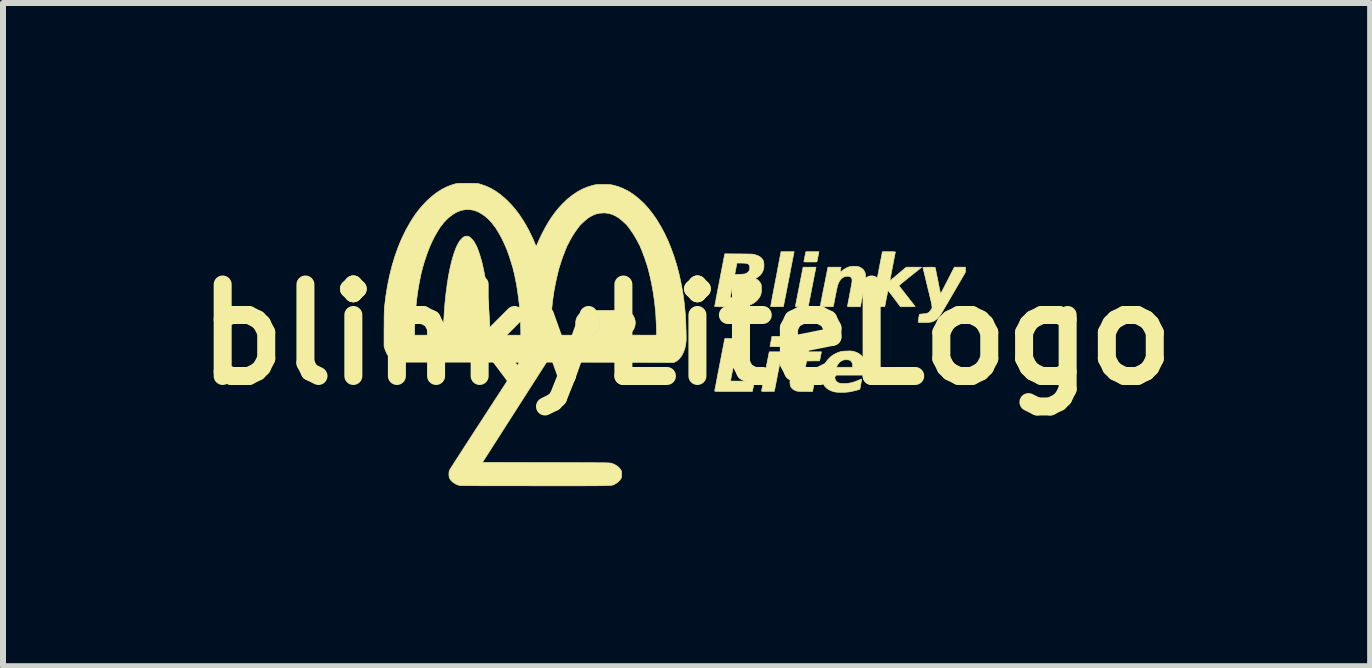
<source format=kicad_pcb>
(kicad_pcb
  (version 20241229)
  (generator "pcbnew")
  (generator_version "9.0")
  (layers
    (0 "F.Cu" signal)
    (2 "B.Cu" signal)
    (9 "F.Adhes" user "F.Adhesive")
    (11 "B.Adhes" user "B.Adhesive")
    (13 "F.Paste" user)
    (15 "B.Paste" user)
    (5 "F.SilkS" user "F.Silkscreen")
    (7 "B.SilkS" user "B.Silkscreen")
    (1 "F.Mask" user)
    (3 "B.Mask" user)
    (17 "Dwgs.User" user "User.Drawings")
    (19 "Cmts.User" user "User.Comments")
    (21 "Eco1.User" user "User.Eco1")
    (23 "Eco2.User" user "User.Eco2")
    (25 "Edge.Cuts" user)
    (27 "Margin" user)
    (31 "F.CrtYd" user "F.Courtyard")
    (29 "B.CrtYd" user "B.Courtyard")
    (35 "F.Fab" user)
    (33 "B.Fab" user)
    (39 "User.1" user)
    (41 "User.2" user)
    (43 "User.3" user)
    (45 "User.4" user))
  (footprint "blinkyLiteLogo"
    (layer "F.Cu")
    (at 8.389 2.525)
    (property "Reference" "blinkyLiteLogo" (at 0 0 0) (layer "F.SilkS") (effects (font (size 1.524 1.524) (thickness 0.3))))
    (attr through_hole)
    (fp_poly (pts (xy 1.627 0.105) (xy 1.622 0.132) (xy 1.617 0.156) (xy 1.613 0.175) (xy 1.611 0.188) (xy 1.61 0.19) (xy 1.609 0.194) (xy 1.607 0.197) (xy 1.602 0.199) (xy 1.594 0.2) (xy 1.581 0.201) (xy 1.562 0.201) (xy 1.535 0.202) (xy 1.5 0.202) (xy 1.499 0.202) (xy 1.462 0.201) (xy 1.433 0.201) (xy 1.413 0.2) (xy 1.4 0.199) (xy 1.393 0.197) (xy 1.391 0.195) (xy 1.392 0.188) (xy 1.395 0.173) (xy 1.399 0.152) (xy 1.404 0.127) (xy 1.407 0.11) (xy 1.423 0.03) (xy 1.641 0.03) (xy 1.627 0.105)) (stroke (width 0.01) (type solid)) (fill yes) (layer "F.SilkS"))
    (fp_poly (pts (xy 2.192 -1.307) (xy 2.186 -1.28) (xy 2.182 -1.255) (xy 2.178 -1.236) (xy 2.175 -1.224) (xy 2.175 -1.221) (xy 2.174 -1.217) (xy 2.171 -1.214) (xy 2.167 -1.212) (xy 2.159 -1.211) (xy 2.146 -1.21) (xy 2.126 -1.21) (xy 2.1 -1.21) (xy 2.064 -1.21) (xy 2.064 -1.21) (xy 2.026 -1.21) (xy 1.998 -1.21) (xy 1.977 -1.211) (xy 1.964 -1.212) (xy 1.957 -1.214) (xy 1.955 -1.216) (xy 1.956 -1.223) (xy 1.959 -1.238) (xy 1.963 -1.259) (xy 1.968 -1.284) (xy 1.971 -1.301) (xy 1.988 -1.381) (xy 2.206 -1.381) (xy 2.192 -1.307)) (stroke (width 0.01) (type solid)) (fill yes) (layer "F.SilkS"))
    (fp_poly (pts (xy 1.589 0.304) (xy 1.587 0.311) (xy 1.584 0.328) (xy 1.579 0.353) (xy 1.573 0.385) (xy 1.565 0.423) (xy 1.557 0.467) (xy 1.547 0.516) (xy 1.537 0.568) (xy 1.526 0.622) (xy 1.524 0.632) (xy 1.463 0.945) (xy 1.357 0.946) (xy 1.32 0.947) (xy 1.292 0.947) (xy 1.272 0.946) (xy 1.259 0.945) (xy 1.252 0.943) (xy 1.25 0.941) (xy 1.25 0.941) (xy 1.251 0.935) (xy 1.253 0.92) (xy 1.258 0.897) (xy 1.264 0.867) (xy 1.271 0.83) (xy 1.279 0.787) (xy 1.289 0.739) (xy 1.299 0.688) (xy 1.31 0.633) (xy 1.314 0.611) (xy 1.378 0.287) (xy 1.592 0.287) (xy 1.589 0.304)) (stroke (width 0.01) (type solid)) (fill yes) (layer "F.SilkS"))
    (fp_poly (pts (xy 2.153 -1.107) (xy 2.152 -1.1) (xy 2.149 -1.083) (xy 2.144 -1.058) (xy 2.137 -1.026) (xy 2.13 -0.988) (xy 2.121 -0.944) (xy 2.112 -0.896) (xy 2.102 -0.844) (xy 2.091 -0.789) (xy 2.089 -0.779) (xy 2.028 -0.466) (xy 1.921 -0.465) (xy 1.884 -0.464) (xy 1.856 -0.465) (xy 1.836 -0.465) (xy 1.823 -0.466) (xy 1.816 -0.468) (xy 1.814 -0.47) (xy 1.814 -0.47) (xy 1.815 -0.476) (xy 1.818 -0.491) (xy 1.822 -0.514) (xy 1.828 -0.544) (xy 1.835 -0.582) (xy 1.844 -0.624) (xy 1.853 -0.672) (xy 1.863 -0.724) (xy 1.874 -0.778) (xy 1.878 -0.8) (xy 1.942 -1.124) (xy 2.157 -1.124) (xy 2.153 -1.107)) (stroke (width 0.01) (type solid)) (fill yes) (layer "F.SilkS"))
    (fp_poly (pts (xy 1.788 -1.357) (xy 1.786 -1.348) (xy 1.783 -1.331) (xy 1.778 -1.305) (xy 1.771 -1.271) (xy 1.763 -1.231) (xy 1.754 -1.184) (xy 1.744 -1.132) (xy 1.733 -1.076) (xy 1.722 -1.016) (xy 1.709 -0.952) (xy 1.699 -0.9) (xy 1.614 -0.466) (xy 1.508 -0.465) (xy 1.471 -0.464) (xy 1.443 -0.465) (xy 1.423 -0.465) (xy 1.41 -0.466) (xy 1.403 -0.468) (xy 1.401 -0.47) (xy 1.402 -0.476) (xy 1.405 -0.491) (xy 1.409 -0.514) (xy 1.415 -0.545) (xy 1.422 -0.584) (xy 1.43 -0.628) (xy 1.44 -0.679) (xy 1.45 -0.734) (xy 1.462 -0.793) (xy 1.474 -0.857) (xy 1.486 -0.922) (xy 1.488 -0.929) (xy 1.574 -1.381) (xy 1.793 -1.381) (xy 1.788 -1.357)) (stroke (width 0.01) (type solid)) (fill yes) (layer "F.SilkS"))
    (fp_poly (pts (xy 0.861 0.115) (xy 0.858 0.128) (xy 0.854 0.151) (xy 0.848 0.182) (xy 0.84 0.219) (xy 0.832 0.262) (xy 0.823 0.31) (xy 0.813 0.361) (xy 0.802 0.415) (xy 0.792 0.469) (xy 0.732 0.774) (xy 0.931 0.775) (xy 0.974 0.775) (xy 1.015 0.776) (xy 1.05 0.776) (xy 1.081 0.777) (xy 1.105 0.778) (xy 1.121 0.778) (xy 1.128 0.779) (xy 1.129 0.779) (xy 1.128 0.785) (xy 1.125 0.799) (xy 1.122 0.82) (xy 1.117 0.845) (xy 1.113 0.865) (xy 1.097 0.947) (xy 0.783 0.947) (xy 0.716 0.947) (xy 0.659 0.947) (xy 0.611 0.947) (xy 0.571 0.947) (xy 0.539 0.946) (xy 0.513 0.946) (xy 0.494 0.945) (xy 0.481 0.944) (xy 0.473 0.943) (xy 0.469 0.942) (xy 0.469 0.941) (xy 0.47 0.935) (xy 0.472 0.92) (xy 0.477 0.897) (xy 0.482 0.866) (xy 0.49 0.828) (xy 0.498 0.783) (xy 0.508 0.733) (xy 0.518 0.678) (xy 0.53 0.619) (xy 0.542 0.557) (xy 0.553 0.5) (xy 0.637 0.066) (xy 0.87 0.066) (xy 0.861 0.115)) (stroke (width 0.01) (type solid)) (fill yes) (layer "F.SilkS"))
    (fp_poly (pts (xy 4.647 -1.04) (xy 4.45 -0.7) (xy 4.418 -0.646) (xy 4.387 -0.593) (xy 4.358 -0.543) (xy 4.331 -0.497) (xy 4.306 -0.455) (xy 4.284 -0.417) (xy 4.265 -0.385) (xy 4.25 -0.36) (xy 4.239 -0.342) (xy 4.232 -0.331) (xy 4.232 -0.33) (xy 4.21 -0.301) (xy 4.184 -0.273) (xy 4.158 -0.249) (xy 4.133 -0.232) (xy 4.122 -0.226) (xy 4.103 -0.217) (xy 4.083 -0.211) (xy 4.062 -0.207) (xy 4.036 -0.204) (xy 4.005 -0.202) (xy 3.966 -0.202) (xy 3.951 -0.202) (xy 3.919 -0.202) (xy 3.895 -0.202) (xy 3.879 -0.202) (xy 3.869 -0.204) (xy 3.863 -0.205) (xy 3.861 -0.208) (xy 3.86 -0.211) (xy 3.86 -0.212) (xy 3.861 -0.221) (xy 3.863 -0.237) (xy 3.866 -0.258) (xy 3.869 -0.28) (xy 3.873 -0.302) (xy 3.876 -0.32) (xy 3.878 -0.331) (xy 3.88 -0.335) (xy 3.884 -0.338) (xy 3.892 -0.341) (xy 3.906 -0.342) (xy 3.928 -0.344) (xy 3.937 -0.345) (xy 3.974 -0.348) (xy 4.003 -0.354) (xy 4.025 -0.363) (xy 4.043 -0.376) (xy 4.059 -0.394) (xy 4.066 -0.403) (xy 4.072 -0.412) (xy 4.078 -0.42) (xy 4.083 -0.427) (xy 4.086 -0.435) (xy 4.089 -0.443) (xy 4.09 -0.453) (xy 4.09 -0.466) (xy 4.088 -0.482) (xy 4.085 -0.501) (xy 4.08 -0.526) (xy 4.074 -0.556) (xy 4.065 -0.592) (xy 4.055 -0.635) (xy 4.043 -0.686) (xy 4.028 -0.746) (xy 4.017 -0.791) (xy 3.938 -1.121) (xy 4.039 -1.123) (xy 4.072 -1.123) (xy 4.1 -1.123) (xy 4.122 -1.122) (xy 4.137 -1.121) (xy 4.142 -1.119) (xy 4.144 -1.114) (xy 4.147 -1.099) (xy 4.152 -1.076) (xy 4.158 -1.047) (xy 4.165 -1.012) (xy 4.173 -0.972) (xy 4.182 -0.929) (xy 4.188 -0.898) (xy 4.197 -0.852) (xy 4.205 -0.81) (xy 4.213 -0.772) (xy 4.22 -0.74) (xy 4.225 -0.713) (xy 4.229 -0.694) (xy 4.232 -0.683) (xy 4.233 -0.68) (xy 4.236 -0.685) (xy 4.243 -0.697) (xy 4.253 -0.717) (xy 4.267 -0.743) (xy 4.284 -0.775) (xy 4.302 -0.812) (xy 4.323 -0.852) (xy 4.345 -0.895) (xy 4.349 -0.902) (xy 4.462 -1.124) (xy 4.647 -1.124) (xy 4.647 -1.04)) (stroke (width 0.01) (type solid)) (fill yes) (layer "F.SilkS"))
    (fp_poly (pts (xy 1.99 0.096) (xy 2.018 0.096) (xy 2.041 0.097) (xy 2.057 0.098) (xy 2.066 0.099) (xy 2.066 0.1) (xy 2.065 0.105) (xy 2.063 0.12) (xy 2.059 0.14) (xy 2.054 0.166) (xy 2.049 0.194) (xy 2.043 0.223) (xy 2.038 0.248) (xy 2.034 0.268) (xy 2.032 0.281) (xy 2.031 0.286) (xy 2.036 0.286) (xy 2.049 0.287) (xy 2.07 0.287) (xy 2.096 0.287) (xy 2.127 0.287) (xy 2.139 0.287) (xy 2.248 0.287) (xy 2.245 0.299) (xy 2.243 0.308) (xy 2.24 0.324) (xy 2.236 0.344) (xy 2.231 0.366) (xy 2.227 0.389) (xy 2.223 0.409) (xy 2.219 0.426) (xy 2.218 0.435) (xy 2.217 0.437) (xy 2.213 0.437) (xy 2.199 0.438) (xy 2.179 0.438) (xy 2.152 0.438) (xy 2.122 0.438) (xy 2.109 0.438) (xy 2.077 0.439) (xy 2.049 0.439) (xy 2.026 0.439) (xy 2.01 0.439) (xy 2.001 0.44) (xy 2.001 0.44) (xy 2 0.445) (xy 1.997 0.459) (xy 1.993 0.48) (xy 1.988 0.507) (xy 1.981 0.54) (xy 1.974 0.576) (xy 1.971 0.593) (xy 1.964 0.631) (xy 1.957 0.667) (xy 1.952 0.699) (xy 1.948 0.725) (xy 1.945 0.744) (xy 1.944 0.756) (xy 1.944 0.758) (xy 1.949 0.771) (xy 1.955 0.779) (xy 1.968 0.785) (xy 1.989 0.79) (xy 2.017 0.794) (xy 2.053 0.796) (xy 2.079 0.796) (xy 2.13 0.796) (xy 2.1 0.947) (xy 1.979 0.947) (xy 1.939 0.947) (xy 1.907 0.947) (xy 1.883 0.946) (xy 1.864 0.945) (xy 1.85 0.943) (xy 1.838 0.941) (xy 1.829 0.938) (xy 1.795 0.924) (xy 1.769 0.907) (xy 1.752 0.89) (xy 1.741 0.874) (xy 1.733 0.857) (xy 1.727 0.838) (xy 1.724 0.816) (xy 1.723 0.791) (xy 1.725 0.76) (xy 1.73 0.723) (xy 1.736 0.678) (xy 1.746 0.626) (xy 1.753 0.588) (xy 1.782 0.438) (xy 1.73 0.438) (xy 1.709 0.438) (xy 1.692 0.437) (xy 1.681 0.436) (xy 1.679 0.435) (xy 1.68 0.429) (xy 1.682 0.415) (xy 1.686 0.394) (xy 1.691 0.37) (xy 1.692 0.36) (xy 1.706 0.29) (xy 1.759 0.288) (xy 1.813 0.287) (xy 1.829 0.198) (xy 1.835 0.169) (xy 1.84 0.143) (xy 1.844 0.122) (xy 1.847 0.108) (xy 1.848 0.102) (xy 1.852 0.1) (xy 1.861 0.098) (xy 1.876 0.097) (xy 1.899 0.096) (xy 1.93 0.096) (xy 1.958 0.096) (xy 1.99 0.096)) (stroke (width 0.01) (type solid)) (fill yes) (layer "F.SilkS"))
    (fp_poly (pts (xy 3.408 -1.381) (xy 3.435 -1.381) (xy 3.454 -1.38) (xy 3.467 -1.379) (xy 3.475 -1.378) (xy 3.479 -1.376) (xy 3.48 -1.374) (xy 3.479 -1.372) (xy 3.477 -1.362) (xy 3.473 -1.343) (xy 3.468 -1.318) (xy 3.462 -1.287) (xy 3.455 -1.251) (xy 3.448 -1.213) (xy 3.44 -1.172) (xy 3.432 -1.13) (xy 3.424 -1.088) (xy 3.416 -1.047) (xy 3.409 -1.009) (xy 3.403 -0.975) (xy 3.397 -0.946) (xy 3.393 -0.922) (xy 3.39 -0.906) (xy 3.389 -0.899) (xy 3.389 -0.898) (xy 3.393 -0.901) (xy 3.404 -0.909) (xy 3.421 -0.923) (xy 3.443 -0.941) (xy 3.469 -0.962) (xy 3.498 -0.987) (xy 3.526 -1.01) (xy 3.661 -1.124) (xy 3.789 -1.124) (xy 3.823 -1.124) (xy 3.854 -1.124) (xy 3.88 -1.123) (xy 3.9 -1.123) (xy 3.912 -1.122) (xy 3.916 -1.122) (xy 3.912 -1.118) (xy 3.901 -1.109) (xy 3.884 -1.095) (xy 3.861 -1.077) (xy 3.833 -1.054) (xy 3.801 -1.029) (xy 3.766 -1.001) (xy 3.728 -0.971) (xy 3.727 -0.97) (xy 3.689 -0.94) (xy 3.654 -0.911) (xy 3.622 -0.886) (xy 3.594 -0.863) (xy 3.571 -0.844) (xy 3.554 -0.829) (xy 3.543 -0.82) (xy 3.539 -0.816) (xy 3.539 -0.816) (xy 3.542 -0.811) (xy 3.551 -0.799) (xy 3.565 -0.781) (xy 3.583 -0.758) (xy 3.605 -0.73) (xy 3.63 -0.698) (xy 3.657 -0.664) (xy 3.674 -0.642) (xy 3.702 -0.606) (xy 3.728 -0.572) (xy 3.752 -0.542) (xy 3.773 -0.516) (xy 3.789 -0.494) (xy 3.801 -0.479) (xy 3.808 -0.47) (xy 3.809 -0.468) (xy 3.805 -0.467) (xy 3.792 -0.466) (xy 3.771 -0.465) (xy 3.745 -0.464) (xy 3.713 -0.464) (xy 3.688 -0.464) (xy 3.564 -0.464) (xy 3.462 -0.6) (xy 3.438 -0.632) (xy 3.416 -0.661) (xy 3.396 -0.687) (xy 3.379 -0.708) (xy 3.367 -0.723) (xy 3.359 -0.731) (xy 3.357 -0.733) (xy 3.355 -0.727) (xy 3.352 -0.713) (xy 3.347 -0.692) (xy 3.342 -0.665) (xy 3.335 -0.633) (xy 3.328 -0.598) (xy 3.303 -0.466) (xy 3.196 -0.465) (xy 3.159 -0.464) (xy 3.131 -0.465) (xy 3.111 -0.465) (xy 3.098 -0.466) (xy 3.091 -0.468) (xy 3.089 -0.47) (xy 3.09 -0.476) (xy 3.093 -0.491) (xy 3.097 -0.514) (xy 3.103 -0.545) (xy 3.11 -0.584) (xy 3.119 -0.628) (xy 3.128 -0.679) (xy 3.139 -0.734) (xy 3.15 -0.793) (xy 3.162 -0.857) (xy 3.175 -0.922) (xy 3.176 -0.929) (xy 3.263 -1.381) (xy 3.372 -1.381) (xy 3.408 -1.381)) (stroke (width 0.01) (type solid)) (fill yes) (layer "F.SilkS"))
    (fp_poly (pts (xy 2.729 0.273) (xy 2.749 0.274) (xy 2.766 0.276) (xy 2.783 0.28) (xy 2.834 0.296) (xy 2.878 0.32) (xy 2.915 0.351) (xy 2.945 0.387) (xy 2.967 0.429) (xy 2.973 0.447) (xy 2.98 0.477) (xy 2.983 0.514) (xy 2.983 0.555) (xy 2.98 0.596) (xy 2.975 0.631) (xy 2.966 0.675) (xy 2.468 0.675) (xy 2.47 0.71) (xy 2.475 0.742) (xy 2.487 0.767) (xy 2.507 0.788) (xy 2.526 0.8) (xy 2.539 0.806) (xy 2.551 0.81) (xy 2.566 0.813) (xy 2.585 0.814) (xy 2.611 0.815) (xy 2.611 0.815) (xy 2.674 0.814) (xy 2.737 0.804) (xy 2.801 0.786) (xy 2.869 0.759) (xy 2.874 0.757) (xy 2.892 0.749) (xy 2.906 0.744) (xy 2.915 0.742) (xy 2.916 0.742) (xy 2.916 0.748) (xy 2.914 0.761) (xy 2.912 0.78) (xy 2.908 0.803) (xy 2.903 0.828) (xy 2.899 0.853) (xy 2.895 0.876) (xy 2.891 0.894) (xy 2.888 0.906) (xy 2.886 0.91) (xy 2.88 0.913) (xy 2.865 0.918) (xy 2.844 0.924) (xy 2.82 0.93) (xy 2.793 0.937) (xy 2.766 0.943) (xy 2.741 0.949) (xy 2.72 0.953) (xy 2.71 0.955) (xy 2.679 0.958) (xy 2.643 0.961) (xy 2.604 0.962) (xy 2.565 0.962) (xy 2.528 0.961) (xy 2.496 0.959) (xy 2.471 0.955) (xy 2.469 0.955) (xy 2.415 0.939) (xy 2.368 0.917) (xy 2.329 0.888) (xy 2.298 0.854) (xy 2.274 0.812) (xy 2.26 0.773) (xy 2.255 0.744) (xy 2.253 0.709) (xy 2.253 0.671) (xy 2.256 0.634) (xy 2.261 0.601) (xy 2.263 0.592) (xy 2.279 0.544) (xy 2.499 0.544) (xy 2.767 0.544) (xy 2.767 0.513) (xy 2.763 0.482) (xy 2.752 0.457) (xy 2.733 0.437) (xy 2.728 0.433) (xy 2.716 0.427) (xy 2.703 0.422) (xy 2.686 0.42) (xy 2.668 0.419) (xy 2.645 0.419) (xy 2.629 0.42) (xy 2.615 0.423) (xy 2.599 0.43) (xy 2.597 0.431) (xy 2.578 0.441) (xy 2.56 0.452) (xy 2.551 0.46) (xy 2.537 0.476) (xy 2.522 0.496) (xy 2.51 0.516) (xy 2.503 0.532) (xy 2.502 0.533) (xy 2.499 0.544) (xy 2.279 0.544) (xy 2.283 0.53) (xy 2.312 0.474) (xy 2.35 0.422) (xy 2.389 0.381) (xy 2.414 0.359) (xy 2.437 0.342) (xy 2.463 0.327) (xy 2.481 0.318) (xy 2.513 0.303) (xy 2.541 0.292) (xy 2.567 0.284) (xy 2.594 0.279) (xy 2.625 0.276) (xy 2.663 0.274) (xy 2.67 0.274) (xy 2.703 0.273) (xy 2.729 0.273)) (stroke (width 0.01) (type solid)) (fill yes) (layer "F.SilkS"))
    (fp_poly (pts (xy 2.792 -1.138) (xy 2.803 -1.138) (xy 2.831 -1.137) (xy 2.85 -1.135) (xy 2.866 -1.132) (xy 2.88 -1.127) (xy 2.888 -1.123) (xy 2.922 -1.104) (xy 2.947 -1.08) (xy 2.967 -1.05) (xy 2.967 -1.049) (xy 2.973 -1.034) (xy 2.978 -1.021) (xy 2.98 -1.004) (xy 2.982 -0.983) (xy 2.983 -0.966) (xy 2.983 -0.953) (xy 2.983 -0.94) (xy 2.983 -0.928) (xy 2.981 -0.914) (xy 2.979 -0.897) (xy 2.976 -0.878) (xy 2.972 -0.853) (xy 2.967 -0.824) (xy 2.96 -0.787) (xy 2.951 -0.743) (xy 2.941 -0.69) (xy 2.94 -0.688) (xy 2.896 -0.464) (xy 2.788 -0.464) (xy 2.751 -0.464) (xy 2.723 -0.464) (xy 2.703 -0.465) (xy 2.69 -0.466) (xy 2.683 -0.468) (xy 2.681 -0.47) (xy 2.681 -0.47) (xy 2.682 -0.476) (xy 2.685 -0.491) (xy 2.689 -0.514) (xy 2.694 -0.543) (xy 2.701 -0.578) (xy 2.709 -0.617) (xy 2.717 -0.66) (xy 2.719 -0.673) (xy 2.728 -0.717) (xy 2.736 -0.76) (xy 2.743 -0.798) (xy 2.749 -0.833) (xy 2.754 -0.861) (xy 2.757 -0.883) (xy 2.758 -0.896) (xy 2.758 -0.897) (xy 2.756 -0.926) (xy 2.746 -0.948) (xy 2.728 -0.963) (xy 2.703 -0.971) (xy 2.68 -0.973) (xy 2.643 -0.968) (xy 2.609 -0.954) (xy 2.579 -0.93) (xy 2.553 -0.898) (xy 2.541 -0.878) (xy 2.535 -0.865) (xy 2.529 -0.852) (xy 2.524 -0.839) (xy 2.519 -0.823) (xy 2.513 -0.803) (xy 2.508 -0.779) (xy 2.501 -0.75) (xy 2.494 -0.713) (xy 2.485 -0.669) (xy 2.48 -0.643) (xy 2.472 -0.604) (xy 2.465 -0.568) (xy 2.459 -0.536) (xy 2.454 -0.509) (xy 2.45 -0.489) (xy 2.447 -0.477) (xy 2.447 -0.475) (xy 2.446 -0.471) (xy 2.443 -0.468) (xy 2.439 -0.466) (xy 2.431 -0.465) (xy 2.418 -0.464) (xy 2.399 -0.464) (xy 2.372 -0.464) (xy 2.337 -0.464) (xy 2.336 -0.464) (xy 2.298 -0.464) (xy 2.27 -0.464) (xy 2.249 -0.465) (xy 2.236 -0.466) (xy 2.229 -0.468) (xy 2.227 -0.47) (xy 2.228 -0.476) (xy 2.231 -0.491) (xy 2.236 -0.514) (xy 2.241 -0.545) (xy 2.249 -0.582) (xy 2.257 -0.624) (xy 2.266 -0.672) (xy 2.276 -0.724) (xy 2.287 -0.778) (xy 2.292 -0.8) (xy 2.356 -1.124) (xy 2.574 -1.124) (xy 2.565 -1.081) (xy 2.562 -1.062) (xy 2.559 -1.047) (xy 2.558 -1.039) (xy 2.559 -1.038) (xy 2.563 -1.041) (xy 2.573 -1.049) (xy 2.585 -1.059) (xy 2.621 -1.086) (xy 2.662 -1.11) (xy 2.704 -1.127) (xy 2.71 -1.129) (xy 2.729 -1.134) (xy 2.747 -1.137) (xy 2.767 -1.139) (xy 2.792 -1.138)) (stroke (width 0.01) (type solid)) (fill yes) (layer "F.SilkS"))
    (fp_poly (pts (xy 0.872 -1.344) (xy 0.927 -1.344) (xy 0.973 -1.343) (xy 1.01 -1.343) (xy 1.041 -1.342) (xy 1.065 -1.342) (xy 1.085 -1.341) (xy 1.1 -1.34) (xy 1.113 -1.338) (xy 1.123 -1.337) (xy 1.132 -1.335) (xy 1.141 -1.332) (xy 1.143 -1.331) (xy 1.187 -1.316) (xy 1.221 -1.298) (xy 1.248 -1.276) (xy 1.269 -1.25) (xy 1.276 -1.238) (xy 1.284 -1.217) (xy 1.288 -1.188) (xy 1.29 -1.156) (xy 1.289 -1.124) (xy 1.284 -1.094) (xy 1.28 -1.079) (xy 1.26 -1.034) (xy 1.233 -0.996) (xy 1.199 -0.965) (xy 1.167 -0.946) (xy 1.143 -0.934) (xy 1.16 -0.927) (xy 1.181 -0.915) (xy 1.202 -0.896) (xy 1.221 -0.874) (xy 1.234 -0.854) (xy 1.24 -0.841) (xy 1.244 -0.827) (xy 1.247 -0.811) (xy 1.248 -0.788) (xy 1.249 -0.776) (xy 1.248 -0.726) (xy 1.242 -0.683) (xy 1.229 -0.645) (xy 1.209 -0.61) (xy 1.181 -0.576) (xy 1.172 -0.566) (xy 1.133 -0.533) (xy 1.087 -0.506) (xy 1.033 -0.485) (xy 1.008 -0.478) (xy 0.998 -0.475) (xy 0.988 -0.473) (xy 0.977 -0.472) (xy 0.965 -0.47) (xy 0.95 -0.469) (xy 0.931 -0.468) (xy 0.908 -0.467) (xy 0.879 -0.467) (xy 0.844 -0.466) (xy 0.801 -0.466) (xy 0.749 -0.465) (xy 0.717 -0.465) (xy 0.659 -0.465) (xy 0.61 -0.464) (xy 0.57 -0.464) (xy 0.538 -0.464) (xy 0.513 -0.465) (xy 0.494 -0.465) (xy 0.481 -0.466) (xy 0.473 -0.467) (xy 0.469 -0.469) (xy 0.469 -0.47) (xy 0.47 -0.475) (xy 0.472 -0.49) (xy 0.477 -0.514) (xy 0.482 -0.545) (xy 0.49 -0.583) (xy 0.495 -0.613) (xy 0.727 -0.613) (xy 0.816 -0.616) (xy 0.856 -0.618) (xy 0.886 -0.62) (xy 0.909 -0.623) (xy 0.925 -0.626) (xy 0.927 -0.627) (xy 0.961 -0.643) (xy 0.986 -0.663) (xy 1.004 -0.688) (xy 1.014 -0.72) (xy 1.017 -0.749) (xy 1.018 -0.771) (xy 1.017 -0.786) (xy 1.014 -0.797) (xy 1.009 -0.807) (xy 1.008 -0.808) (xy 0.997 -0.822) (xy 0.982 -0.832) (xy 0.961 -0.84) (xy 0.934 -0.846) (xy 0.899 -0.85) (xy 0.856 -0.851) (xy 0.833 -0.852) (xy 0.805 -0.851) (xy 0.786 -0.85) (xy 0.775 -0.849) (xy 0.771 -0.846) (xy 0.771 -0.845) (xy 0.77 -0.839) (xy 0.767 -0.824) (xy 0.763 -0.802) (xy 0.758 -0.775) (xy 0.752 -0.743) (xy 0.749 -0.726) (xy 0.727 -0.613) (xy 0.495 -0.613) (xy 0.498 -0.628) (xy 0.508 -0.678) (xy 0.518 -0.733) (xy 0.53 -0.792) (xy 0.542 -0.854) (xy 0.553 -0.911) (xy 0.57 -1.001) (xy 0.803 -1.001) (xy 0.884 -1.004) (xy 0.92 -1.006) (xy 0.947 -1.008) (xy 0.967 -1.01) (xy 0.981 -1.014) (xy 0.985 -1.015) (xy 1.008 -1.028) (xy 1.029 -1.046) (xy 1.044 -1.066) (xy 1.046 -1.072) (xy 1.05 -1.086) (xy 1.053 -1.105) (xy 1.053 -1.118) (xy 1.052 -1.137) (xy 1.049 -1.15) (xy 1.042 -1.161) (xy 1.041 -1.163) (xy 1.031 -1.173) (xy 1.019 -1.181) (xy 1.003 -1.186) (xy 0.983 -1.189) (xy 0.955 -1.191) (xy 0.92 -1.191) (xy 0.915 -1.192) (xy 0.84 -1.192) (xy 0.821 -1.097) (xy 0.803 -1.001) (xy 0.57 -1.001) (xy 0.637 -1.346) (xy 0.872 -1.344)) (stroke (width 0.01) (type solid)) (fill yes) (layer "F.SilkS"))
    (fp_poly (pts (xy -3.608 -2.52) (xy -3.571 -2.52) (xy -3.541 -2.519) (xy -3.518 -2.519) (xy -3.499 -2.518) (xy -3.484 -2.517) (xy -3.472 -2.515) (xy -3.46 -2.513) (xy -3.448 -2.51) (xy -3.439 -2.507) (xy -3.352 -2.478) (xy -3.267 -2.44) (xy -3.184 -2.392) (xy -3.102 -2.334) (xy -3.022 -2.266) (xy -2.992 -2.238) (xy -2.919 -2.163) (xy -2.851 -2.084) (xy -2.787 -2) (xy -2.726 -1.908) (xy -2.671 -1.817) (xy -2.653 -1.784) (xy -2.632 -1.745) (xy -2.611 -1.702) (xy -2.588 -1.656) (xy -2.567 -1.612) (xy -2.548 -1.57) (xy -2.533 -1.534) (xy -2.53 -1.526) (xy -2.521 -1.504) (xy -2.513 -1.487) (xy -2.508 -1.476) (xy -2.505 -1.472) (xy -2.502 -1.476) (xy -2.496 -1.488) (xy -2.488 -1.506) (xy -2.479 -1.528) (xy -2.477 -1.531) (xy -2.467 -1.555) (xy -2.453 -1.586) (xy -2.437 -1.62) (xy -2.421 -1.654) (xy -2.409 -1.678) (xy -2.356 -1.779) (xy -2.303 -1.871) (xy -2.249 -1.955) (xy -2.192 -2.034) (xy -2.132 -2.108) (xy -2.067 -2.178) (xy -2.062 -2.183) (xy -1.983 -2.259) (xy -1.901 -2.324) (xy -1.818 -2.38) (xy -1.732 -2.426) (xy -1.644 -2.462) (xy -1.553 -2.489) (xy -1.544 -2.491) (xy -1.525 -2.495) (xy -1.508 -2.498) (xy -1.489 -2.5) (xy -1.468 -2.501) (xy -1.441 -2.502) (xy -1.407 -2.502) (xy -1.386 -2.502) (xy -1.348 -2.502) (xy -1.318 -2.501) (xy -1.294 -2.5) (xy -1.274 -2.499) (xy -1.256 -2.496) (xy -1.238 -2.493) (xy -1.228 -2.491) (xy -1.141 -2.467) (xy -1.056 -2.434) (xy -0.976 -2.393) (xy -0.955 -2.381) (xy -0.87 -2.324) (xy -0.788 -2.258) (xy -0.708 -2.183) (xy -0.633 -2.099) (xy -0.56 -2.007) (xy -0.492 -1.907) (xy -0.427 -1.799) (xy -0.366 -1.685) (xy -0.309 -1.564) (xy -0.257 -1.436) (xy -0.209 -1.302) (xy -0.165 -1.163) (xy -0.127 -1.019) (xy -0.094 -0.87) (xy -0.065 -0.716) (xy -0.042 -0.558) (xy -0.025 -0.396) (xy -0.023 -0.368) (xy -0.02 -0.334) (xy -0.018 -0.295) (xy -0.015 -0.251) (xy -0.013 -0.203) (xy -0.011 -0.154) (xy -0.01 -0.105) (xy -0.008 -0.058) (xy -0.007 -0.013) (xy -0.006 0.028) (xy -0.006 0.063) (xy -0.006 0.09) (xy -0.007 0.108) (xy -0.015 0.173) (xy -0.03 0.236) (xy -0.052 0.296) (xy -0.079 0.349) (xy -0.088 0.362) (xy -0.119 0.402) (xy -0.152 0.432) (xy -0.19 0.455) (xy -0.206 0.462) (xy -0.219 0.466) (xy -0.233 0.468) (xy -0.25 0.467) (xy -0.263 0.466) (xy -0.272 0.466) (xy -0.291 0.465) (xy -0.319 0.465) (xy -0.355 0.465) (xy -0.4 0.464) (xy -0.452 0.464) (xy -0.511 0.464) (xy -0.576 0.463) (xy -0.648 0.463) (xy -0.725 0.463) (xy -0.808 0.462) (xy -0.895 0.462) (xy -0.986 0.462) (xy -1.08 0.461) (xy -1.178 0.461) (xy -1.278 0.461) (xy -1.318 0.461) (xy -2.332 0.459) (xy -2.866 1.294) (xy -3.4 2.129) (xy -2.341 2.132) (xy -2.219 2.132) (xy -2.107 2.132) (xy -2.004 2.133) (xy -1.91 2.133) (xy -1.824 2.133) (xy -1.746 2.134) (xy -1.676 2.134) (xy -1.613 2.134) (xy -1.557 2.134) (xy -1.507 2.135) (xy -1.464 2.135) (xy -1.425 2.135) (xy -1.392 2.136) (xy -1.364 2.136) (xy -1.34 2.137) (xy -1.32 2.137) (xy -1.303 2.138) (xy -1.29 2.139) (xy -1.279 2.139) (xy -1.27 2.14) (xy -1.263 2.141) (xy -1.258 2.142) (xy -1.254 2.143) (xy -1.252 2.143) (xy -1.207 2.16) (xy -1.166 2.183) (xy -1.131 2.21) (xy -1.104 2.241) (xy -1.093 2.258) (xy -1.087 2.271) (xy -1.084 2.283) (xy -1.082 2.299) (xy -1.081 2.322) (xy -1.081 2.328) (xy -1.081 2.353) (xy -1.083 2.37) (xy -1.086 2.383) (xy -1.091 2.395) (xy -1.093 2.399) (xy -1.11 2.424) (xy -1.134 2.449) (xy -1.161 2.471) (xy -1.189 2.488) (xy -1.19 2.489) (xy -1.197 2.492) (xy -1.202 2.495) (xy -1.208 2.498) (xy -1.213 2.501) (xy -1.218 2.503) (xy -1.225 2.505) (xy -1.232 2.507) (xy -1.241 2.509) (xy -1.252 2.511) (xy -1.265 2.512) (xy -1.281 2.513) (xy -1.299 2.514) (xy -1.321 2.515) (xy -1.347 2.516) (xy -1.377 2.517) (xy -1.412 2.518) (xy -1.452 2.518) (xy -1.496 2.519) (xy -1.547 2.519) (xy -1.604 2.519) (xy -1.667 2.519) (xy -1.737 2.52) (xy -1.814 2.52) (xy -1.898 2.52) (xy -1.991 2.52) (xy -2.092 2.52) (xy -2.202 2.52) (xy -2.321 2.52) (xy -2.449 2.52) (xy -2.522 2.52) (xy -2.656 2.519) (xy -2.781 2.519) (xy -2.896 2.519) (xy -3.002 2.519) (xy -3.099 2.519) (xy -3.188 2.519) (xy -3.269 2.519) (xy -3.343 2.519) (xy -3.41 2.519) (xy -3.469 2.518) (xy -3.522 2.518) (xy -3.57 2.518) (xy -3.611 2.517) (xy -3.647 2.517) (xy -3.678 2.517) (xy -3.705 2.516) (xy -3.727 2.516) (xy -3.745 2.515) (xy -3.759 2.515) (xy -3.771 2.514) (xy -3.78 2.513) (xy -3.786 2.513) (xy -3.79 2.512) (xy -3.79 2.512) (xy -3.833 2.497) (xy -3.872 2.475) (xy -3.906 2.449) (xy -3.933 2.419) (xy -3.947 2.396) (xy -3.953 2.381) (xy -3.956 2.367) (xy -3.958 2.349) (xy -3.959 2.326) (xy -3.958 2.303) (xy -3.957 2.286) (xy -3.953 2.272) (xy -3.947 2.257) (xy -3.944 2.25) (xy -3.939 2.243) (xy -3.93 2.228) (xy -3.915 2.205) (xy -3.896 2.175) (xy -3.873 2.138) (xy -3.845 2.095) (xy -3.813 2.046) (xy -3.778 1.991) (xy -3.739 1.931) (xy -3.698 1.867) (xy -3.653 1.798) (xy -3.606 1.725) (xy -3.556 1.648) (xy -3.505 1.569) (xy -3.451 1.487) (xy -3.396 1.402) (xy -3.36 1.346) (xy -3.304 1.26) (xy -3.25 1.177) (xy -3.198 1.096) (xy -3.147 1.019) (xy -3.099 0.945) (xy -3.053 0.874) (xy -3.01 0.808) (xy -2.971 0.747) (xy -2.934 0.69) (xy -2.901 0.639) (xy -2.871 0.594) (xy -2.846 0.554) (xy -2.825 0.522) (xy -2.808 0.496) (xy -2.797 0.478) (xy -2.79 0.467) (xy -2.788 0.465) (xy -2.79 0.464) (xy -2.794 0.463) (xy -2.802 0.463) (xy -2.815 0.462) (xy -2.832 0.461) (xy -2.853 0.461) (xy -2.88 0.461) (xy -2.912 0.46) (xy -2.95 0.46) (xy -2.995 0.46) (xy -3.046 0.459) (xy -3.104 0.459) (xy -3.169 0.459) (xy -3.242 0.459) (xy -3.323 0.459) (xy -3.412 0.459) (xy -3.511 0.459) (xy -3.618 0.459) (xy -3.735 0.459) (xy -3.815 0.459) (xy -4.844 0.459) (xy -4.872 0.446) (xy -4.907 0.424) (xy -4.94 0.393) (xy -4.97 0.355) (xy -4.997 0.311) (xy -5.018 0.262) (xy -5.027 0.238) (xy -5.04 0.196) (xy -5.04 0.01) (xy -4.531 0.01) (xy -4.054 0.01) (xy -4.05 -0.105) (xy -4.049 -0.139) (xy -4.048 -0.173) (xy -4.047 -0.202) (xy -4.046 -0.226) (xy -4.045 -0.243) (xy -4.045 -0.247) (xy -4.043 -0.264) (xy -4.042 -0.287) (xy -4.04 -0.314) (xy -4.039 -0.33) (xy -4.038 -0.354) (xy -4.036 -0.384) (xy -4.034 -0.417) (xy -4.031 -0.451) (xy -4.028 -0.485) (xy -4.026 -0.517) (xy -4.023 -0.544) (xy -4.021 -0.566) (xy -4.02 -0.58) (xy -4.019 -0.582) (xy -4.018 -0.595) (xy -4.016 -0.614) (xy -4.014 -0.63) (xy -4.012 -0.655) (xy -4.008 -0.688) (xy -4.003 -0.724) (xy -3.998 -0.763) (xy -3.993 -0.801) (xy -3.989 -0.835) (xy -3.985 -0.863) (xy -3.983 -0.869) (xy -3.98 -0.892) (xy -3.976 -0.914) (xy -3.974 -0.931) (xy -3.973 -0.935) (xy -3.97 -0.954) (xy -3.965 -0.981) (xy -3.959 -1.014) (xy -3.952 -1.049) (xy -3.945 -1.086) (xy -3.937 -1.121) (xy -3.93 -1.153) (xy -3.925 -1.174) (xy -3.912 -1.227) (xy -3.897 -1.279) (xy -3.882 -1.331) (xy -3.865 -1.38) (xy -3.849 -1.424) (xy -3.833 -1.463) (xy -3.818 -1.494) (xy -3.811 -1.507) (xy -3.802 -1.523) (xy -3.793 -1.538) (xy -3.791 -1.543) (xy -3.782 -1.557) (xy -3.768 -1.574) (xy -3.751 -1.592) (xy -3.734 -1.609) (xy -3.719 -1.623) (xy -3.713 -1.627) (xy -3.684 -1.639) (xy -3.654 -1.641) (xy -3.638 -1.638) (xy -3.625 -1.633) (xy -3.61 -1.623) (xy -3.593 -1.608) (xy -3.581 -1.596) (xy -3.565 -1.579) (xy -3.551 -1.562) (xy -3.541 -1.55) (xy -3.538 -1.545) (xy -3.531 -1.531) (xy -3.521 -1.514) (xy -3.517 -1.507) (xy -3.503 -1.48) (xy -3.487 -1.446) (xy -3.471 -1.404) (xy -3.455 -1.357) (xy -3.439 -1.307) (xy -3.423 -1.255) (xy -3.409 -1.202) (xy -3.402 -1.174) (xy -3.396 -1.147) (xy -3.389 -1.114) (xy -3.381 -1.078) (xy -3.374 -1.042) (xy -3.367 -1.007) (xy -3.361 -0.975) (xy -3.357 -0.95) (xy -3.354 -0.935) (xy -3.352 -0.921) (xy -3.349 -0.9) (xy -3.345 -0.877) (xy -3.344 -0.869) (xy -3.34 -0.844) (xy -3.336 -0.811) (xy -3.331 -0.774) (xy -3.326 -0.736) (xy -3.321 -0.698) (xy -3.317 -0.664) (xy -3.314 -0.636) (xy -3.314 -0.63) (xy -3.312 -0.61) (xy -3.31 -0.592) (xy -3.308 -0.582) (xy -3.307 -0.57) (xy -3.305 -0.55) (xy -3.303 -0.524) (xy -3.3 -0.493) (xy -3.297 -0.459) (xy -3.295 -0.425) (xy -3.292 -0.392) (xy -3.29 -0.361) (xy -3.289 -0.336) (xy -3.288 -0.33) (xy -3.287 -0.304) (xy -3.285 -0.278) (xy -3.284 -0.257) (xy -3.283 -0.247) (xy -3.282 -0.234) (xy -3.281 -0.212) (xy -3.28 -0.185) (xy -3.279 -0.153) (xy -3.278 -0.118) (xy -3.278 -0.105) (xy -3.274 0.01) (xy -2.762 0.01) (xy -2.268 0.01) (xy -1.957 0.01) (xy -1.885 0.009) (xy -1.823 0.009) (xy -1.772 0.009) (xy -1.731 0.008) (xy -1.699 0.007) (xy -1.678 0.006) (xy -1.666 0.006) (xy -1.665 0.004) (xy -1.666 0.004) (xy -1.667 0.004) (xy -1.621 0.004) (xy -1.616 0.005) (xy -1.609 0.004) (xy -1.609 0.002) (xy -1.616 0.001) (xy -1.619 0.002) (xy -1.621 0.004) (xy -1.667 0.004) (xy -1.693 -0.003) (xy -1.593 -0.003) (xy -1.59 0) (xy -1.587 -0.003) (xy -1.59 -0.005) (xy -1.593 -0.003) (xy -1.693 -0.003) (xy -1.693 -0.003) (xy -1.711 -0.008) (xy -1.577 -0.008) (xy -1.575 -0.005) (xy -1.572 -0.008) (xy -1.575 -0.01) (xy -1.577 -0.008) (xy -1.711 -0.008) (xy -1.714 -0.008) (xy -1.725 -0.013) (xy -1.562 -0.013) (xy -1.56 -0.01) (xy -1.557 -0.013) (xy -1.56 -0.015) (xy -1.562 -0.013) (xy -1.725 -0.013) (xy -1.73 -0.014) (xy -1.736 -0.018) (xy -1.552 -0.018) (xy -1.55 -0.015) (xy -1.547 -0.018) (xy -1.55 -0.02) (xy -1.552 -0.018) (xy -1.736 -0.018) (xy -1.743 -0.021) (xy -1.754 -0.028) (xy -1.537 -0.028) (xy -1.535 -0.025) (xy -1.532 -0.028) (xy -1.535 -0.03) (xy -1.537 -0.028) (xy -1.754 -0.028) (xy -1.758 -0.031) (xy -1.759 -0.031) (xy -1.764 -0.036) (xy -1.521 -0.036) (xy -1.52 -0.035) (xy -1.515 -0.039) (xy -1.514 -0.04) (xy -1.513 -0.045) (xy -1.514 -0.045) (xy -1.518 -0.042) (xy -1.519 -0.04) (xy -1.521 -0.036) (xy -1.764 -0.036) (xy -1.792 -0.059) (xy -1.799 -0.067) (xy -1.492 -0.067) (xy -1.489 -0.066) (xy -1.483 -0.072) (xy -1.481 -0.074) (xy -1.477 -0.08) (xy -1.479 -0.079) (xy -1.483 -0.076) (xy -1.49 -0.07) (xy -1.492 -0.067) (xy -1.799 -0.067) (xy -1.813 -0.086) (xy -1.475 -0.086) (xy -1.475 -0.086) (xy -1.47 -0.089) (xy -1.469 -0.091) (xy -1.468 -0.095) (xy -1.468 -0.096) (xy -1.473 -0.092) (xy -1.474 -0.091) (xy -1.475 -0.086) (xy -1.813 -0.086) (xy -1.818 -0.093) (xy -1.823 -0.103) (xy -1.467 -0.103) (xy -1.464 -0.101) (xy -1.462 -0.103) (xy -1.464 -0.106) (xy -1.467 -0.103) (xy -1.823 -0.103) (xy -1.828 -0.113) (xy -1.462 -0.113) (xy -1.459 -0.111) (xy -1.456 -0.113) (xy -1.459 -0.116) (xy -1.462 -0.113) (xy -1.828 -0.113) (xy -1.836 -0.129) (xy -1.456 -0.129) (xy -1.454 -0.126) (xy -1.451 -0.129) (xy -1.454 -0.131) (xy -1.456 -0.129) (xy -1.836 -0.129) (xy -1.836 -0.13) (xy -1.839 -0.141) (xy -1.451 -0.141) (xy -1.45 -0.137) (xy -1.448 -0.138) (xy -1.447 -0.144) (xy -1.448 -0.144) (xy -1.451 -0.144) (xy -1.451 -0.141) (xy -1.839 -0.141) (xy -1.845 -0.164) (xy -1.446 -0.164) (xy -1.445 -0.158) (xy -1.443 -0.158) (xy -1.442 -0.164) (xy -1.443 -0.167) (xy -1.445 -0.169) (xy -1.446 -0.164) (xy -1.845 -0.164) (xy -1.846 -0.171) (xy -1.847 -0.213) (xy -1.844 -0.23) (xy -1.446 -0.23) (xy -1.445 -0.223) (xy -1.443 -0.223) (xy -1.442 -0.23) (xy -1.443 -0.233) (xy -1.445 -0.235) (xy -1.446 -0.23) (xy -1.844 -0.23) (xy -1.842 -0.242) (xy -1.839 -0.252) (xy -1.451 -0.252) (xy -1.45 -0.248) (xy -1.448 -0.249) (xy -1.447 -0.255) (xy -1.448 -0.255) (xy -1.451 -0.255) (xy -1.451 -0.252) (xy -1.839 -0.252) (xy -1.834 -0.265) (xy -1.456 -0.265) (xy -1.454 -0.262) (xy -1.451 -0.265) (xy -1.454 -0.267) (xy -1.456 -0.265) (xy -1.834 -0.265) (xy -1.829 -0.28) (xy -1.462 -0.28) (xy -1.459 -0.277) (xy -1.456 -0.28) (xy -1.459 -0.282) (xy -1.462 -0.28) (xy -1.829 -0.28) (xy -1.827 -0.285) (xy -1.824 -0.29) (xy -1.467 -0.29) (xy -1.464 -0.287) (xy -1.462 -0.29) (xy -1.464 -0.292) (xy -1.467 -0.29) (xy -1.824 -0.29) (xy -1.814 -0.306) (xy -1.476 -0.306) (xy -1.475 -0.303) (xy -1.47 -0.298) (xy -1.467 -0.299) (xy -1.467 -0.3) (xy -1.47 -0.304) (xy -1.472 -0.305) (xy -1.476 -0.306) (xy -1.814 -0.306) (xy -1.803 -0.322) (xy -1.798 -0.328) (xy -1.491 -0.328) (xy -1.49 -0.325) (xy -1.487 -0.321) (xy -1.48 -0.313) (xy -1.477 -0.313) (xy -1.477 -0.314) (xy -1.48 -0.319) (xy -1.485 -0.323) (xy -1.491 -0.328) (xy -1.798 -0.328) (xy -1.773 -0.352) (xy -1.766 -0.356) (xy -1.521 -0.356) (xy -1.52 -0.354) (xy -1.515 -0.348) (xy -1.512 -0.349) (xy -1.512 -0.35) (xy -1.515 -0.354) (xy -1.518 -0.356) (xy -1.521 -0.356) (xy -1.766 -0.356) (xy -1.751 -0.365) (xy -1.537 -0.365) (xy -1.535 -0.363) (xy -1.532 -0.365) (xy -1.535 -0.368) (xy -1.537 -0.365) (xy -1.751 -0.365) (xy -1.734 -0.375) (xy -1.734 -0.375) (xy -1.552 -0.375) (xy -1.55 -0.373) (xy -1.547 -0.375) (xy -1.55 -0.378) (xy -1.552 -0.375) (xy -1.734 -0.375) (xy -1.72 -0.38) (xy -1.562 -0.38) (xy -1.56 -0.378) (xy -1.557 -0.38) (xy -1.56 -0.383) (xy -1.562 -0.38) (xy -1.72 -0.38) (xy -1.706 -0.386) (xy -1.577 -0.386) (xy -1.575 -0.383) (xy -1.572 -0.386) (xy -1.575 -0.388) (xy -1.577 -0.386) (xy -1.706 -0.386) (xy -1.692 -0.391) (xy -1.593 -0.391) (xy -1.59 -0.388) (xy -1.587 -0.391) (xy -1.59 -0.393) (xy -1.593 -0.391) (xy -1.692 -0.391) (xy -1.689 -0.392) (xy -1.678 -0.394) (xy -1.621 -0.394) (xy -1.616 -0.393) (xy -1.609 -0.394) (xy -1.609 -0.396) (xy -1.616 -0.397) (xy -1.619 -0.397) (xy -1.621 -0.394) (xy -1.678 -0.394) (xy -1.673 -0.395) (xy -1.664 -0.397) (xy -1.652 -0.398) (xy -1.638 -0.4) (xy -1.619 -0.401) (xy -1.597 -0.401) (xy -1.568 -0.402) (xy -1.534 -0.403) (xy -1.493 -0.403) (xy -1.444 -0.403) (xy -1.386 -0.403) (xy -1.332 -0.403) (xy -1.269 -0.403) (xy -1.215 -0.403) (xy -1.17 -0.403) (xy -1.132 -0.403) (xy -1.101 -0.403) (xy -1.076 -0.402) (xy -1.056 -0.401) (xy -1.04 -0.401) (xy -1.028 -0.4) (xy -1.018 -0.398) (xy -1.01 -0.397) (xy -1.003 -0.395) (xy -0.996 -0.393) (xy -0.994 -0.392) (xy -0.963 -0.38) (xy -0.938 -0.367) (xy -0.916 -0.349) (xy -0.905 -0.338) (xy -0.881 -0.303) (xy -0.864 -0.264) (xy -0.855 -0.222) (xy -0.854 -0.18) (xy -0.861 -0.137) (xy -0.876 -0.098) (xy -0.899 -0.062) (xy -0.905 -0.055) (xy -0.929 -0.032) (xy -0.956 -0.016) (xy -0.988 -0.003) (xy -0.99 -0.002) (xy -1.021 0.008) (xy -0.761 0.009) (xy -0.711 0.009) (xy -0.664 0.009) (xy -0.621 0.009) (xy -0.583 0.009) (xy -0.551 0.009) (xy -0.526 0.009) (xy -0.509 0.008) (xy -0.501 0.008) (xy -0.5 0.008) (xy -0.499 0.002) (xy -0.499 -0.013) (xy -0.499 -0.035) (xy -0.5 -0.063) (xy -0.501 -0.096) (xy -0.503 -0.133) (xy -0.504 -0.172) (xy -0.506 -0.212) (xy -0.508 -0.252) (xy -0.51 -0.29) (xy -0.512 -0.326) (xy -0.514 -0.358) (xy -0.516 -0.384) (xy -0.517 -0.388) (xy -0.533 -0.546) (xy -0.555 -0.7) (xy -0.582 -0.849) (xy -0.613 -0.991) (xy -0.618 -1.009) (xy -0.624 -1.035) (xy -0.63 -1.057) (xy -0.634 -1.075) (xy -0.636 -1.085) (xy -0.637 -1.087) (xy -0.64 -1.099) (xy -0.642 -1.104) (xy -0.645 -1.115) (xy -0.647 -1.121) (xy -0.65 -1.134) (xy -0.652 -1.139) (xy -0.654 -1.146) (xy -0.659 -1.161) (xy -0.666 -1.182) (xy -0.674 -1.206) (xy -0.676 -1.212) (xy -0.686 -1.243) (xy -0.698 -1.279) (xy -0.712 -1.315) (xy -0.724 -1.347) (xy -0.724 -1.348) (xy -0.734 -1.373) (xy -0.742 -1.395) (xy -0.749 -1.412) (xy -0.752 -1.423) (xy -0.752 -1.425) (xy -0.755 -1.431) (xy -0.756 -1.431) (xy -0.759 -1.435) (xy -0.764 -1.445) (xy -0.768 -1.457) (xy -0.771 -1.467) (xy -0.771 -1.47) (xy -0.774 -1.475) (xy -0.774 -1.476) (xy -0.778 -1.481) (xy -0.785 -1.494) (xy -0.795 -1.513) (xy -0.807 -1.535) (xy -0.811 -1.544) (xy -0.85 -1.616) (xy -0.893 -1.686) (xy -0.937 -1.749) (xy -0.942 -1.756) (xy -0.957 -1.776) (xy -0.97 -1.794) (xy -0.981 -1.807) (xy -0.985 -1.813) (xy -0.995 -1.825) (xy -1.011 -1.841) (xy -1.031 -1.86) (xy -1.054 -1.881) (xy -1.077 -1.902) (xy -1.1 -1.921) (xy -1.119 -1.936) (xy -1.129 -1.943) (xy -1.185 -1.978) (xy -1.241 -2.003) (xy -1.298 -2.019) (xy -1.358 -2.027) (xy -1.383 -2.027) (xy -1.445 -2.023) (xy -1.503 -2.011) (xy -1.559 -1.989) (xy -1.615 -1.959) (xy -1.638 -1.943) (xy -1.655 -1.931) (xy -1.675 -1.914) (xy -1.698 -1.894) (xy -1.721 -1.873) (xy -1.743 -1.853) (xy -1.762 -1.835) (xy -1.776 -1.82) (xy -1.782 -1.813) (xy -1.789 -1.804) (xy -1.8 -1.788) (xy -1.814 -1.77) (xy -1.824 -1.756) (xy -1.868 -1.695) (xy -1.911 -1.626) (xy -1.951 -1.554) (xy -1.956 -1.544) (xy -1.967 -1.521) (xy -1.978 -1.501) (xy -1.986 -1.485) (xy -1.991 -1.477) (xy -1.992 -1.476) (xy -1.996 -1.472) (xy -1.995 -1.471) (xy -1.996 -1.465) (xy -1.999 -1.454) (xy -2.004 -1.443) (xy -2.009 -1.434) (xy -2.011 -1.431) (xy -2.014 -1.427) (xy -2.014 -1.425) (xy -2.016 -1.418) (xy -2.021 -1.404) (xy -2.029 -1.384) (xy -2.038 -1.36) (xy -2.042 -1.348) (xy -2.055 -1.316) (xy -2.068 -1.28) (xy -2.081 -1.244) (xy -2.091 -1.213) (xy -2.091 -1.212) (xy -2.099 -1.187) (xy -2.106 -1.166) (xy -2.112 -1.149) (xy -2.115 -1.14) (xy -2.115 -1.139) (xy -2.119 -1.128) (xy -2.12 -1.121) (xy -2.123 -1.109) (xy -2.125 -1.104) (xy -2.129 -1.092) (xy -2.13 -1.087) (xy -2.132 -1.079) (xy -2.136 -1.063) (xy -2.141 -1.042) (xy -2.147 -1.017) (xy -2.149 -1.009) (xy -2.181 -0.868) (xy -2.209 -0.719) (xy -2.231 -0.566) (xy -2.248 -0.41) (xy -2.25 -0.386) (xy -2.253 -0.354) (xy -2.255 -0.315) (xy -2.258 -0.272) (xy -2.26 -0.226) (xy -2.262 -0.18) (xy -2.264 -0.135) (xy -2.266 -0.094) (xy -2.267 -0.058) (xy -2.268 -0.029) (xy -2.268 -0.021) (xy -2.268 0.01) (xy -2.762 0.01) (xy -2.762 -0.042) (xy -2.764 -0.151) (xy -2.769 -0.266) (xy -2.777 -0.384) (xy -2.787 -0.503) (xy -2.801 -0.62) (xy -2.817 -0.733) (xy -2.834 -0.841) (xy -2.853 -0.933) (xy -2.858 -0.96) (xy -2.863 -0.983) (xy -2.867 -1.002) (xy -2.869 -1.013) (xy -2.87 -1.015) (xy -2.872 -1.028) (xy -2.874 -1.033) (xy -2.877 -1.042) (xy -2.881 -1.057) (xy -2.885 -1.074) (xy -2.888 -1.09) (xy -2.891 -1.1) (xy -2.891 -1.101) (xy -2.893 -1.11) (xy -2.894 -1.114) (xy -2.896 -1.121) (xy -2.901 -1.136) (xy -2.907 -1.157) (xy -2.915 -1.183) (xy -2.921 -1.202) (xy -2.955 -1.309) (xy -2.992 -1.412) (xy -3.034 -1.511) (xy -3.078 -1.603) (xy -3.124 -1.687) (xy -3.146 -1.724) (xy -3.159 -1.744) (xy -3.17 -1.762) (xy -3.178 -1.775) (xy -3.182 -1.781) (xy -3.189 -1.792) (xy -3.193 -1.797) (xy -3.2 -1.804) (xy -3.209 -1.815) (xy -3.219 -1.828) (xy -3.228 -1.84) (xy -3.234 -1.849) (xy -3.235 -1.851) (xy -3.239 -1.856) (xy -3.247 -1.865) (xy -3.252 -1.871) (xy -3.264 -1.883) (xy -3.279 -1.9) (xy -3.294 -1.915) (xy -3.326 -1.946) (xy -3.364 -1.977) (xy -3.406 -2.006) (xy -3.447 -2.031) (xy -3.486 -2.051) (xy -3.492 -2.053) (xy -3.553 -2.073) (xy -3.616 -2.083) (xy -3.678 -2.083) (xy -3.741 -2.072) (xy -3.801 -2.053) (xy -3.839 -2.035) (xy -3.881 -2.01) (xy -3.922 -1.981) (xy -3.961 -1.951) (xy -3.994 -1.92) (xy -3.998 -1.915) (xy -4.014 -1.899) (xy -4.029 -1.883) (xy -4.041 -1.871) (xy -4.05 -1.86) (xy -4.056 -1.853) (xy -4.057 -1.851) (xy -4.06 -1.846) (xy -4.067 -1.836) (xy -4.077 -1.824) (xy -4.087 -1.811) (xy -4.096 -1.801) (xy -4.1 -1.797) (xy -4.106 -1.788) (xy -4.111 -1.781) (xy -4.115 -1.773) (xy -4.124 -1.759) (xy -4.136 -1.74) (xy -4.146 -1.724) (xy -4.193 -1.644) (xy -4.238 -1.555) (xy -4.281 -1.459) (xy -4.32 -1.358) (xy -4.356 -1.253) (xy -4.372 -1.202) (xy -4.38 -1.175) (xy -4.387 -1.15) (xy -4.393 -1.131) (xy -4.397 -1.118) (xy -4.398 -1.114) (xy -4.401 -1.104) (xy -4.402 -1.101) (xy -4.403 -1.092) (xy -4.407 -1.077) (xy -4.411 -1.06) (xy -4.415 -1.045) (xy -4.418 -1.034) (xy -4.418 -1.033) (xy -4.422 -1.022) (xy -4.423 -1.015) (xy -4.424 -1.007) (xy -4.428 -0.991) (xy -4.432 -0.969) (xy -4.438 -0.943) (xy -4.44 -0.933) (xy -4.459 -0.833) (xy -4.477 -0.725) (xy -4.493 -0.611) (xy -4.506 -0.493) (xy -4.517 -0.375) (xy -4.524 -0.257) (xy -4.529 -0.143) (xy -4.531 -0.042) (xy -4.531 0.01) (xy -5.04 0.01) (xy -5.04 -0.097) (xy -5.039 -0.168) (xy -5.039 -0.229) (xy -5.039 -0.281) (xy -5.038 -0.326) (xy -5.037 -0.364) (xy -5.036 -0.397) (xy -5.035 -0.424) (xy -5.034 -0.447) (xy -5.032 -0.464) (xy -5.01 -0.644) (xy -4.982 -0.818) (xy -4.947 -0.987) (xy -4.906 -1.15) (xy -4.859 -1.306) (xy -4.806 -1.455) (xy -4.747 -1.597) (xy -4.682 -1.732) (xy -4.611 -1.859) (xy -4.562 -1.938) (xy -4.517 -2.004) (xy -4.473 -2.063) (xy -4.429 -2.118) (xy -4.381 -2.171) (xy -4.329 -2.225) (xy -4.316 -2.238) (xy -4.236 -2.309) (xy -4.155 -2.371) (xy -4.072 -2.423) (xy -3.988 -2.465) (xy -3.902 -2.497) (xy -3.869 -2.507) (xy -3.856 -2.511) (xy -3.844 -2.513) (xy -3.833 -2.516) (xy -3.82 -2.517) (xy -3.804 -2.518) (xy -3.784 -2.519) (xy -3.759 -2.52) (xy -3.728 -2.52) (xy -3.688 -2.52) (xy -3.654 -2.52) (xy -3.608 -2.52)) (stroke (width 0.01) (type solid)) (fill yes) (layer "F.SilkS")))
  (gr_rect
    (start -3 -3)
    (end 19.779 8.05)
    (stroke (width 0.1) (type default))
    (fill no)
    (layer "Edge.Cuts")))
</source>
